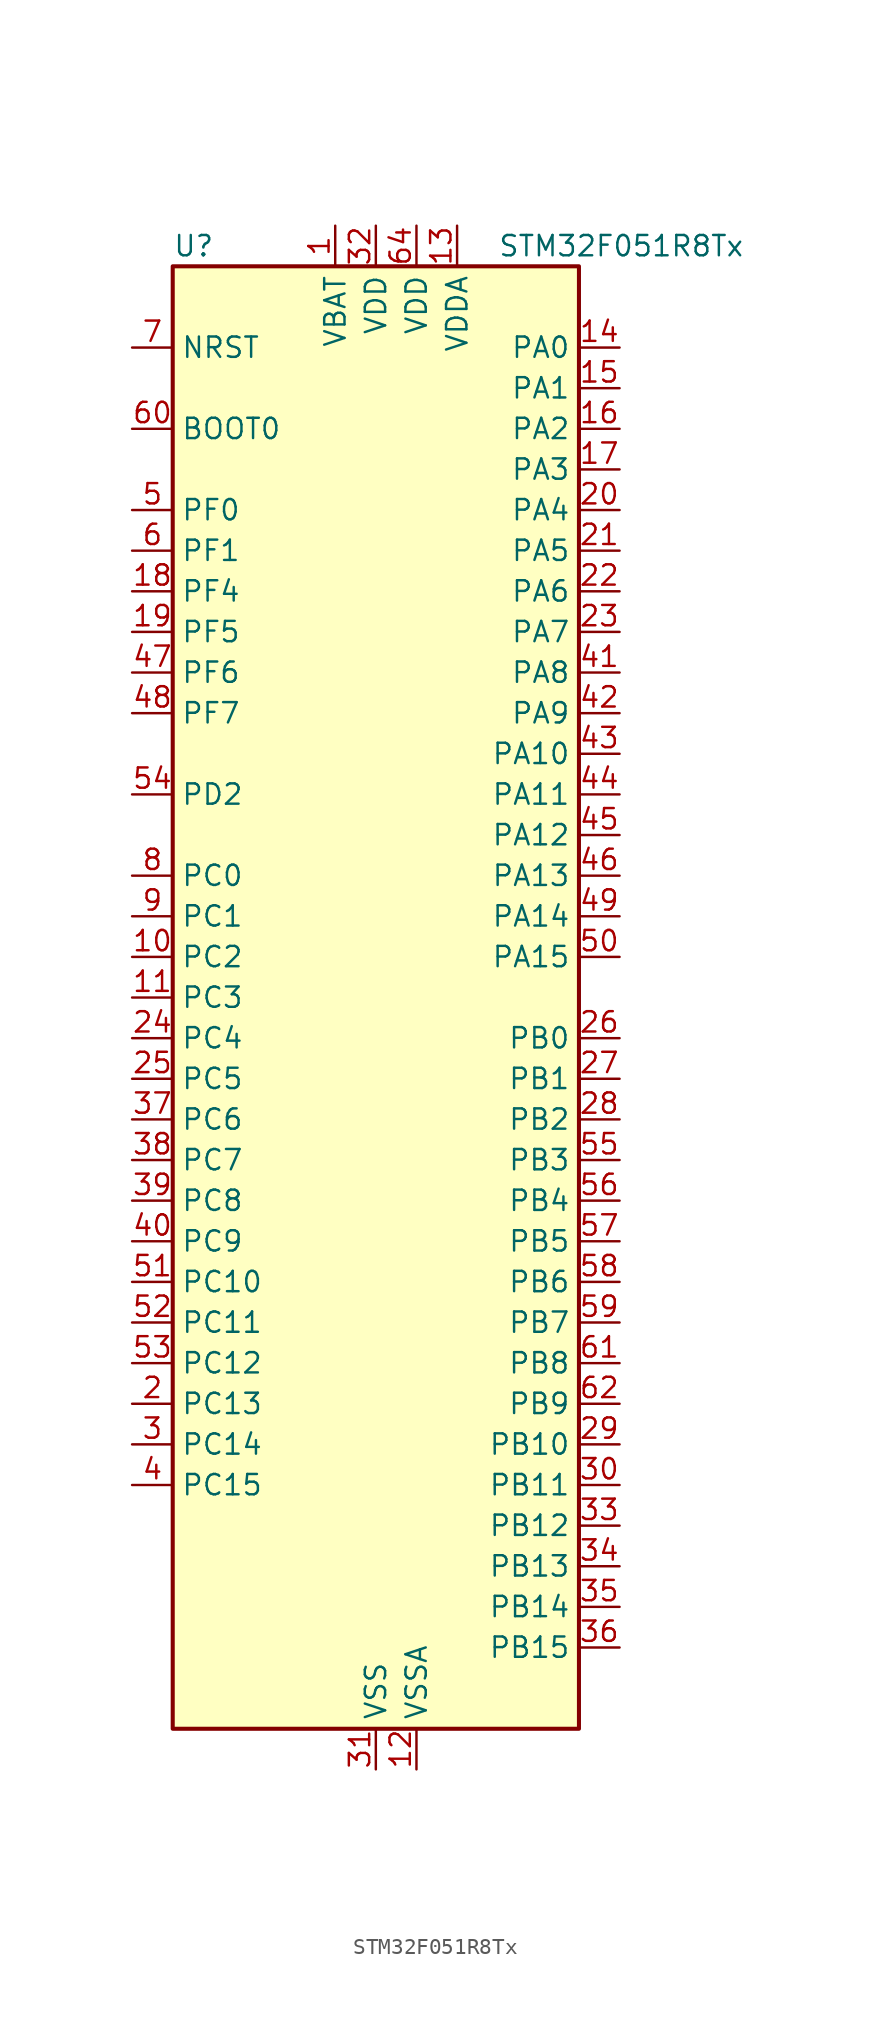
<source format=kicad_sym>
(kicad_symbol_lib
  (version 20241209)
  (generator "kicad_symbol_editor")
  (generator_version "9.0")
  (symbol "STM32F051R8Tx"
    (property "Reference" "U"
      (at -12.7 46.99 0)
      (effects (font (size 1.27 1.27)) (justify left)))
    (property "Value" "STM32F051R8Tx"
      (at 7.62 46.99 0)
      (effects (font (size 1.27 1.27)) (justify left)))
    (symbol "STM32F051R8Tx_0_1"
      (rectangle (start -12.7 -45.72) (end 12.7 45.72) (stroke (width 0.254) (type default)) (fill (type background))))
    (symbol "STM32F051R8Tx_1_1"
      (pin input line (at -15.24 40.64 0) (length 2.54) (name "NRST" (effects (font (size 1.27 1.27)))) (number "7" (effects (font (size 1.27 1.27)))))
      (pin input line (at -15.24 35.56 0) (length 2.54) (name "BOOT0" (effects (font (size 1.27 1.27)))) (number "60" (effects (font (size 1.27 1.27)))))
      (pin bidirectional line (at -15.24 30.48 0) (length 2.54) (name "PF0" (effects (font (size 1.27 1.27)))) (number "5" (effects (font (size 1.27 1.27)))) (alternate "RCC_OSC_IN" bidirectional line))
      (pin bidirectional line (at -15.24 27.94 0) (length 2.54) (name "PF1" (effects (font (size 1.27 1.27)))) (number "6" (effects (font (size 1.27 1.27)))) (alternate "RCC_OSC_OUT" bidirectional line))
      (pin bidirectional line (at -15.24 25.4 0) (length 2.54) (name "PF4" (effects (font (size 1.27 1.27)))) (number "18" (effects (font (size 1.27 1.27)))))
      (pin bidirectional line (at -15.24 22.86 0) (length 2.54) (name "PF5" (effects (font (size 1.27 1.27)))) (number "19" (effects (font (size 1.27 1.27)))))
      (pin bidirectional line (at -15.24 20.32 0) (length 2.54) (name "PF6" (effects (font (size 1.27 1.27)))) (number "47" (effects (font (size 1.27 1.27)))) (alternate "I2C2_SCL" bidirectional line))
      (pin bidirectional line (at -15.24 17.78 0) (length 2.54) (name "PF7" (effects (font (size 1.27 1.27)))) (number "48" (effects (font (size 1.27 1.27)))) (alternate "I2C2_SDA" bidirectional line))
      (pin bidirectional line (at -15.24 12.7 0) (length 2.54) (name "PD2" (effects (font (size 1.27 1.27)))) (number "54" (effects (font (size 1.27 1.27)))) (alternate "TIM3_ETR" bidirectional line))
      (pin bidirectional line (at -15.24 7.62 0) (length 2.54) (name "PC0" (effects (font (size 1.27 1.27)))) (number "8" (effects (font (size 1.27 1.27)))) (alternate "ADC_IN10" bidirectional line))
      (pin bidirectional line (at -15.24 5.08 0) (length 2.54) (name "PC1" (effects (font (size 1.27 1.27)))) (number "9" (effects (font (size 1.27 1.27)))) (alternate "ADC_IN11" bidirectional line))
      (pin bidirectional line (at -15.24 2.54 0) (length 2.54) (name "PC2" (effects (font (size 1.27 1.27)))) (number "10" (effects (font (size 1.27 1.27)))) (alternate "ADC_IN12" bidirectional line))
      (pin bidirectional line (at -15.24 0 0) (length 2.54) (name "PC3" (effects (font (size 1.27 1.27)))) (number "11" (effects (font (size 1.27 1.27)))) (alternate "ADC_IN13" bidirectional line))
      (pin bidirectional line (at -15.24 -2.54 0) (length 2.54) (name "PC4" (effects (font (size 1.27 1.27)))) (number "24" (effects (font (size 1.27 1.27)))) (alternate "ADC_IN14" bidirectional line))
      (pin bidirectional line (at -15.24 -5.08 0) (length 2.54) (name "PC5" (effects (font (size 1.27 1.27)))) (number "25" (effects (font (size 1.27 1.27)))) (alternate "ADC_IN15" bidirectional line) (alternate "TSC_G3_IO1" bidirectional line))
      (pin bidirectional line (at -15.24 -7.62 0) (length 2.54) (name "PC6" (effects (font (size 1.27 1.27)))) (number "37" (effects (font (size 1.27 1.27)))) (alternate "TIM3_CH1" bidirectional line))
      (pin bidirectional line (at -15.24 -10.16 0) (length 2.54) (name "PC7" (effects (font (size 1.27 1.27)))) (number "38" (effects (font (size 1.27 1.27)))) (alternate "TIM3_CH2" bidirectional line))
      (pin bidirectional line (at -15.24 -12.7 0) (length 2.54) (name "PC8" (effects (font (size 1.27 1.27)))) (number "39" (effects (font (size 1.27 1.27)))) (alternate "TIM3_CH3" bidirectional line))
      (pin bidirectional line (at -15.24 -15.24 0) (length 2.54) (name "PC9" (effects (font (size 1.27 1.27)))) (number "40" (effects (font (size 1.27 1.27)))) (alternate "DAC1_EXTI9" bidirectional line) (alternate "TIM3_CH4" bidirectional line))
      (pin bidirectional line (at -15.24 -17.78 0) (length 2.54) (name "PC10" (effects (font (size 1.27 1.27)))) (number "51" (effects (font (size 1.27 1.27)))))
      (pin bidirectional line (at -15.24 -20.32 0) (length 2.54) (name "PC11" (effects (font (size 1.27 1.27)))) (number "52" (effects (font (size 1.27 1.27)))))
      (pin bidirectional line (at -15.24 -22.86 0) (length 2.54) (name "PC12" (effects (font (size 1.27 1.27)))) (number "53" (effects (font (size 1.27 1.27)))))
      (pin bidirectional line (at -15.24 -25.4 0) (length 2.54) (name "PC13" (effects (font (size 1.27 1.27)))) (number "2" (effects (font (size 1.27 1.27)))) (alternate "RTC_OUT_ALARM" bidirectional line) (alternate "RTC_OUT_CALIB" bidirectional line) (alternate "RTC_TAMP1" bidirectional line) (alternate "RTC_TS" bidirectional line) (alternate "SYS_WKUP2" bidirectional line))
      (pin bidirectional line (at -15.24 -27.94 0) (length 2.54) (name "PC14" (effects (font (size 1.27 1.27)))) (number "3" (effects (font (size 1.27 1.27)))) (alternate "RCC_OSC32_IN" bidirectional line))
      (pin bidirectional line (at -15.24 -30.48 0) (length 2.54) (name "PC15" (effects (font (size 1.27 1.27)))) (number "4" (effects (font (size 1.27 1.27)))) (alternate "RCC_OSC32_OUT" bidirectional line))
      (pin power_in line (at -2.54 48.26 270) (length 2.54) (name "VBAT" (effects (font (size 1.27 1.27)))) (number "1" (effects (font (size 1.27 1.27)))))
      (pin power_in line (at 0 48.26 270) (length 2.54) (name "VDD" (effects (font (size 1.27 1.27)))) (number "32" (effects (font (size 1.27 1.27)))))
      (pin power_in line (at 0 -48.26 90) (length 2.54) (name "VSS" (effects (font (size 1.27 1.27)))) (number "31" (effects (font (size 1.27 1.27)))))
      (pin passive line (at 0 -48.26 90) (length 2.54) (hide yes) (name "VSS" (effects (font (size 1.27 1.27)))) (number "63" (effects (font (size 1.27 1.27)))))
      (pin power_in line (at 2.54 48.26 270) (length 2.54) (name "VDD" (effects (font (size 1.27 1.27)))) (number "64" (effects (font (size 1.27 1.27)))))
      (pin power_in line (at 2.54 -48.26 90) (length 2.54) (name "VSSA" (effects (font (size 1.27 1.27)))) (number "12" (effects (font (size 1.27 1.27)))))
      (pin power_in line (at 5.08 48.26 270) (length 2.54) (name "VDDA" (effects (font (size 1.27 1.27)))) (number "13" (effects (font (size 1.27 1.27)))))
      (pin bidirectional line (at 15.24 40.64 180) (length 2.54) (name "PA0" (effects (font (size 1.27 1.27)))) (number "14" (effects (font (size 1.27 1.27)))) (alternate "ADC_IN0" bidirectional line) (alternate "COMP1_INM" bidirectional line) (alternate "COMP1_OUT" bidirectional line) (alternate "RTC_TAMP2" bidirectional line) (alternate "SYS_WKUP1" bidirectional line) (alternate "TIM2_CH1" bidirectional line) (alternate "TIM2_ETR" bidirectional line) (alternate "TSC_G1_IO1" bidirectional line) (alternate "USART2_CTS" bidirectional line))
      (pin bidirectional line (at 15.24 38.1 180) (length 2.54) (name "PA1" (effects (font (size 1.27 1.27)))) (number "15" (effects (font (size 1.27 1.27)))) (alternate "ADC_IN1" bidirectional line) (alternate "COMP1_INP" bidirectional line) (alternate "TIM2_CH2" bidirectional line) (alternate "TSC_G1_IO2" bidirectional line) (alternate "USART2_DE" bidirectional line) (alternate "USART2_RTS" bidirectional line))
      (pin bidirectional line (at 15.24 35.56 180) (length 2.54) (name "PA2" (effects (font (size 1.27 1.27)))) (number "16" (effects (font (size 1.27 1.27)))) (alternate "ADC_IN2" bidirectional line) (alternate "COMP2_INM" bidirectional line) (alternate "COMP2_OUT" bidirectional line) (alternate "TIM15_CH1" bidirectional line) (alternate "TIM2_CH3" bidirectional line) (alternate "TSC_G1_IO3" bidirectional line) (alternate "USART2_TX" bidirectional line))
      (pin bidirectional line (at 15.24 33.02 180) (length 2.54) (name "PA3" (effects (font (size 1.27 1.27)))) (number "17" (effects (font (size 1.27 1.27)))) (alternate "ADC_IN3" bidirectional line) (alternate "COMP2_INP" bidirectional line) (alternate "TIM15_CH2" bidirectional line) (alternate "TIM2_CH4" bidirectional line) (alternate "TSC_G1_IO4" bidirectional line) (alternate "USART2_RX" bidirectional line))
      (pin bidirectional line (at 15.24 30.48 180) (length 2.54) (name "PA4" (effects (font (size 1.27 1.27)))) (number "20" (effects (font (size 1.27 1.27)))) (alternate "ADC_IN4" bidirectional line) (alternate "COMP1_INM" bidirectional line) (alternate "COMP2_INM" bidirectional line) (alternate "DAC1_OUT1" bidirectional line) (alternate "I2S1_WS" bidirectional line) (alternate "SPI1_NSS" bidirectional line) (alternate "TIM14_CH1" bidirectional line) (alternate "TSC_G2_IO1" bidirectional line) (alternate "USART2_CK" bidirectional line))
      (pin bidirectional line (at 15.24 27.94 180) (length 2.54) (name "PA5" (effects (font (size 1.27 1.27)))) (number "21" (effects (font (size 1.27 1.27)))) (alternate "ADC_IN5" bidirectional line) (alternate "CEC" bidirectional line) (alternate "COMP1_INM" bidirectional line) (alternate "COMP2_INM" bidirectional line) (alternate "I2S1_CK" bidirectional line) (alternate "SPI1_SCK" bidirectional line) (alternate "TIM2_CH1" bidirectional line) (alternate "TIM2_ETR" bidirectional line) (alternate "TSC_G2_IO2" bidirectional line))
      (pin bidirectional line (at 15.24 25.4 180) (length 2.54) (name "PA6" (effects (font (size 1.27 1.27)))) (number "22" (effects (font (size 1.27 1.27)))) (alternate "ADC_IN6" bidirectional line) (alternate "COMP1_OUT" bidirectional line) (alternate "I2S1_MCK" bidirectional line) (alternate "SPI1_MISO" bidirectional line) (alternate "TIM16_CH1" bidirectional line) (alternate "TIM1_BKIN" bidirectional line) (alternate "TIM3_CH1" bidirectional line) (alternate "TSC_G2_IO3" bidirectional line))
      (pin bidirectional line (at 15.24 22.86 180) (length 2.54) (name "PA7" (effects (font (size 1.27 1.27)))) (number "23" (effects (font (size 1.27 1.27)))) (alternate "ADC_IN7" bidirectional line) (alternate "COMP2_OUT" bidirectional line) (alternate "I2S1_SD" bidirectional line) (alternate "SPI1_MOSI" bidirectional line) (alternate "TIM14_CH1" bidirectional line) (alternate "TIM17_CH1" bidirectional line) (alternate "TIM1_CH1N" bidirectional line) (alternate "TIM3_CH2" bidirectional line) (alternate "TSC_G2_IO4" bidirectional line))
      (pin bidirectional line (at 15.24 20.32 180) (length 2.54) (name "PA8" (effects (font (size 1.27 1.27)))) (number "41" (effects (font (size 1.27 1.27)))) (alternate "RCC_MCO" bidirectional line) (alternate "TIM1_CH1" bidirectional line) (alternate "USART1_CK" bidirectional line))
      (pin bidirectional line (at 15.24 17.78 180) (length 2.54) (name "PA9" (effects (font (size 1.27 1.27)))) (number "42" (effects (font (size 1.27 1.27)))) (alternate "DAC1_EXTI9" bidirectional line) (alternate "TIM15_BKIN" bidirectional line) (alternate "TIM1_CH2" bidirectional line) (alternate "TSC_G4_IO1" bidirectional line) (alternate "USART1_TX" bidirectional line))
      (pin bidirectional line (at 15.24 15.24 180) (length 2.54) (name "PA10" (effects (font (size 1.27 1.27)))) (number "43" (effects (font (size 1.27 1.27)))) (alternate "TIM17_BKIN" bidirectional line) (alternate "TIM1_CH3" bidirectional line) (alternate "TSC_G4_IO2" bidirectional line) (alternate "USART1_RX" bidirectional line))
      (pin bidirectional line (at 15.24 12.7 180) (length 2.54) (name "PA11" (effects (font (size 1.27 1.27)))) (number "44" (effects (font (size 1.27 1.27)))) (alternate "COMP1_OUT" bidirectional line) (alternate "TIM1_CH4" bidirectional line) (alternate "TSC_G4_IO3" bidirectional line) (alternate "USART1_CTS" bidirectional line))
      (pin bidirectional line (at 15.24 10.16 180) (length 2.54) (name "PA12" (effects (font (size 1.27 1.27)))) (number "45" (effects (font (size 1.27 1.27)))) (alternate "COMP2_OUT" bidirectional line) (alternate "TIM1_ETR" bidirectional line) (alternate "TSC_G4_IO4" bidirectional line) (alternate "USART1_DE" bidirectional line) (alternate "USART1_RTS" bidirectional line))
      (pin bidirectional line (at 15.24 7.62 180) (length 2.54) (name "PA13" (effects (font (size 1.27 1.27)))) (number "46" (effects (font (size 1.27 1.27)))) (alternate "IR_OUT" bidirectional line) (alternate "SYS_SWDIO" bidirectional line))
      (pin bidirectional line (at 15.24 5.08 180) (length 2.54) (name "PA14" (effects (font (size 1.27 1.27)))) (number "49" (effects (font (size 1.27 1.27)))) (alternate "SYS_SWCLK" bidirectional line) (alternate "USART2_TX" bidirectional line))
      (pin bidirectional line (at 15.24 2.54 180) (length 2.54) (name "PA15" (effects (font (size 1.27 1.27)))) (number "50" (effects (font (size 1.27 1.27)))) (alternate "I2S1_WS" bidirectional line) (alternate "SPI1_NSS" bidirectional line) (alternate "TIM2_CH1" bidirectional line) (alternate "TIM2_ETR" bidirectional line) (alternate "USART2_RX" bidirectional line))
      (pin bidirectional line (at 15.24 -2.54 180) (length 2.54) (name "PB0" (effects (font (size 1.27 1.27)))) (number "26" (effects (font (size 1.27 1.27)))) (alternate "ADC_IN8" bidirectional line) (alternate "TIM1_CH2N" bidirectional line) (alternate "TIM3_CH3" bidirectional line) (alternate "TSC_G3_IO2" bidirectional line))
      (pin bidirectional line (at 15.24 -5.08 180) (length 2.54) (name "PB1" (effects (font (size 1.27 1.27)))) (number "27" (effects (font (size 1.27 1.27)))) (alternate "ADC_IN9" bidirectional line) (alternate "TIM14_CH1" bidirectional line) (alternate "TIM1_CH3N" bidirectional line) (alternate "TIM3_CH4" bidirectional line) (alternate "TSC_G3_IO3" bidirectional line))
      (pin bidirectional line (at 15.24 -7.62 180) (length 2.54) (name "PB2" (effects (font (size 1.27 1.27)))) (number "28" (effects (font (size 1.27 1.27)))) (alternate "TSC_G3_IO4" bidirectional line))
      (pin bidirectional line (at 15.24 -10.16 180) (length 2.54) (name "PB3" (effects (font (size 1.27 1.27)))) (number "55" (effects (font (size 1.27 1.27)))) (alternate "I2S1_CK" bidirectional line) (alternate "SPI1_SCK" bidirectional line) (alternate "TIM2_CH2" bidirectional line) (alternate "TSC_G5_IO1" bidirectional line))
      (pin bidirectional line (at 15.24 -12.7 180) (length 2.54) (name "PB4" (effects (font (size 1.27 1.27)))) (number "56" (effects (font (size 1.27 1.27)))) (alternate "I2S1_MCK" bidirectional line) (alternate "SPI1_MISO" bidirectional line) (alternate "TIM3_CH1" bidirectional line) (alternate "TSC_G5_IO2" bidirectional line))
      (pin bidirectional line (at 15.24 -15.24 180) (length 2.54) (name "PB5" (effects (font (size 1.27 1.27)))) (number "57" (effects (font (size 1.27 1.27)))) (alternate "I2C1_SMBA" bidirectional line) (alternate "I2S1_SD" bidirectional line) (alternate "SPI1_MOSI" bidirectional line) (alternate "TIM16_BKIN" bidirectional line) (alternate "TIM3_CH2" bidirectional line))
      (pin bidirectional line (at 15.24 -17.78 180) (length 2.54) (name "PB6" (effects (font (size 1.27 1.27)))) (number "58" (effects (font (size 1.27 1.27)))) (alternate "I2C1_SCL" bidirectional line) (alternate "TIM16_CH1N" bidirectional line) (alternate "TSC_G5_IO3" bidirectional line) (alternate "USART1_TX" bidirectional line))
      (pin bidirectional line (at 15.24 -20.32 180) (length 2.54) (name "PB7" (effects (font (size 1.27 1.27)))) (number "59" (effects (font (size 1.27 1.27)))) (alternate "I2C1_SDA" bidirectional line) (alternate "TIM17_CH1N" bidirectional line) (alternate "TSC_G5_IO4" bidirectional line) (alternate "USART1_RX" bidirectional line))
      (pin bidirectional line (at 15.24 -22.86 180) (length 2.54) (name "PB8" (effects (font (size 1.27 1.27)))) (number "61" (effects (font (size 1.27 1.27)))) (alternate "CEC" bidirectional line) (alternate "I2C1_SCL" bidirectional line) (alternate "TIM16_CH1" bidirectional line) (alternate "TSC_SYNC" bidirectional line))
      (pin bidirectional line (at 15.24 -25.4 180) (length 2.54) (name "PB9" (effects (font (size 1.27 1.27)))) (number "62" (effects (font (size 1.27 1.27)))) (alternate "DAC1_EXTI9" bidirectional line) (alternate "I2C1_SDA" bidirectional line) (alternate "IR_OUT" bidirectional line) (alternate "TIM17_CH1" bidirectional line))
      (pin bidirectional line (at 15.24 -27.94 180) (length 2.54) (name "PB10" (effects (font (size 1.27 1.27)))) (number "29" (effects (font (size 1.27 1.27)))) (alternate "CEC" bidirectional line) (alternate "I2C2_SCL" bidirectional line) (alternate "TIM2_CH3" bidirectional line) (alternate "TSC_SYNC" bidirectional line))
      (pin bidirectional line (at 15.24 -30.48 180) (length 2.54) (name "PB11" (effects (font (size 1.27 1.27)))) (number "30" (effects (font (size 1.27 1.27)))) (alternate "I2C2_SDA" bidirectional line) (alternate "TIM2_CH4" bidirectional line) (alternate "TSC_G6_IO1" bidirectional line))
      (pin bidirectional line (at 15.24 -33.02 180) (length 2.54) (name "PB12" (effects (font (size 1.27 1.27)))) (number "33" (effects (font (size 1.27 1.27)))) (alternate "SPI2_NSS" bidirectional line) (alternate "TIM1_BKIN" bidirectional line) (alternate "TSC_G6_IO2" bidirectional line))
      (pin bidirectional line (at 15.24 -35.56 180) (length 2.54) (name "PB13" (effects (font (size 1.27 1.27)))) (number "34" (effects (font (size 1.27 1.27)))) (alternate "SPI2_SCK" bidirectional line) (alternate "TIM1_CH1N" bidirectional line) (alternate "TSC_G6_IO3" bidirectional line))
      (pin bidirectional line (at 15.24 -38.1 180) (length 2.54) (name "PB14" (effects (font (size 1.27 1.27)))) (number "35" (effects (font (size 1.27 1.27)))) (alternate "SPI2_MISO" bidirectional line) (alternate "TIM15_CH1" bidirectional line) (alternate "TIM1_CH2N" bidirectional line) (alternate "TSC_G6_IO4" bidirectional line))
      (pin bidirectional line (at 15.24 -40.64 180) (length 2.54) (name "PB15" (effects (font (size 1.27 1.27)))) (number "36" (effects (font (size 1.27 1.27)))) (alternate "RTC_REFIN" bidirectional line) (alternate "SPI2_MOSI" bidirectional line) (alternate "TIM15_CH1N" bidirectional line) (alternate "TIM15_CH2" bidirectional line) (alternate "TIM1_CH3N" bidirectional line)))))
</source>
